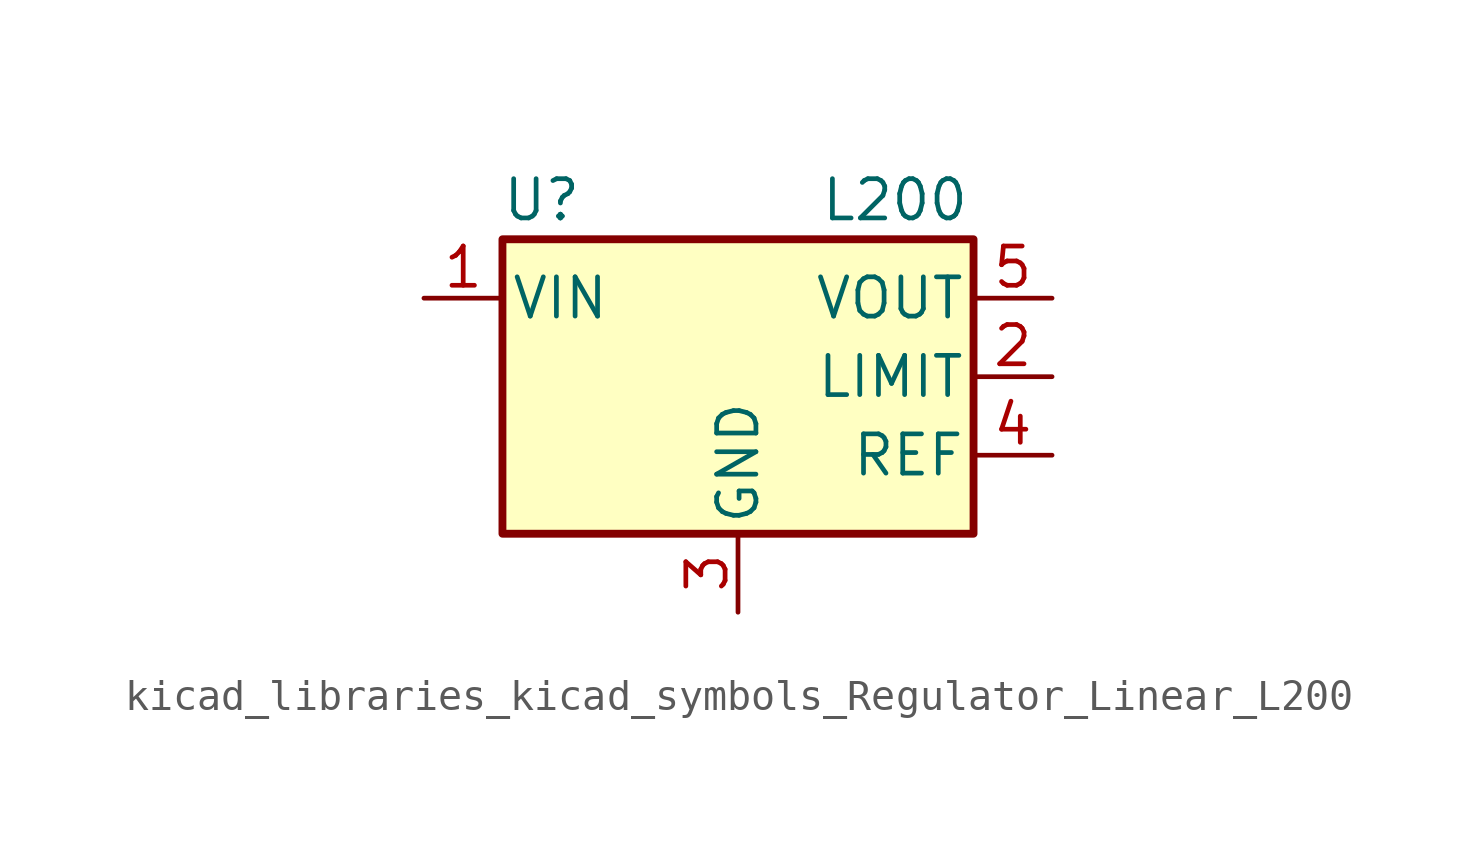
<source format=kicad_sym>
(kicad_symbol_lib
  (version 20220914)
  (generator kicad_symbol_editor)
  (symbol "kicad_libraries_kicad_symbols_Regulator_Linear_L200"
    (pin_names
      (offset 0.254))
    (property "Reference" "U"
      (at -6.35 5.715 0)
      (effects (font (size 1.27 1.27))))
    (property "Value" "L200"
      (at 5.08 5.715 0)
      (effects (font (size 1.27 1.27))))
    (symbol "kicad_libraries_kicad_symbols_Regulator_Linear_L200_0_1"
      (rectangle (start -7.62 4.445) (end 7.62 -5.08) (stroke (width 0.254) (type default)) (fill (type background))))
    (symbol "kicad_libraries_kicad_symbols_Regulator_Linear_L200_1_1"
      (pin power_in line (at -10.16 2.54 0) (length 2.54) (name "VIN" (effects (font (size 1.27 1.27)))) (number "1" (effects (font (size 1.27 1.27)))))
      (pin input line (at 10.16 0 180) (length 2.54) (name "LIMIT" (effects (font (size 1.27 1.27)))) (number "2" (effects (font (size 1.27 1.27)))))
      (pin power_in line (at 0 -7.62 90) (length 2.54) (name "GND" (effects (font (size 1.27 1.27)))) (number "3" (effects (font (size 1.27 1.27)))))
      (pin input line (at 10.16 -2.54 180) (length 2.54) (name "REF" (effects (font (size 1.27 1.27)))) (number "4" (effects (font (size 1.27 1.27)))))
      (pin power_out line (at 10.16 2.54 180) (length 2.54) (name "VOUT" (effects (font (size 1.27 1.27)))) (number "5" (effects (font (size 1.27 1.27))))))))
</source>
